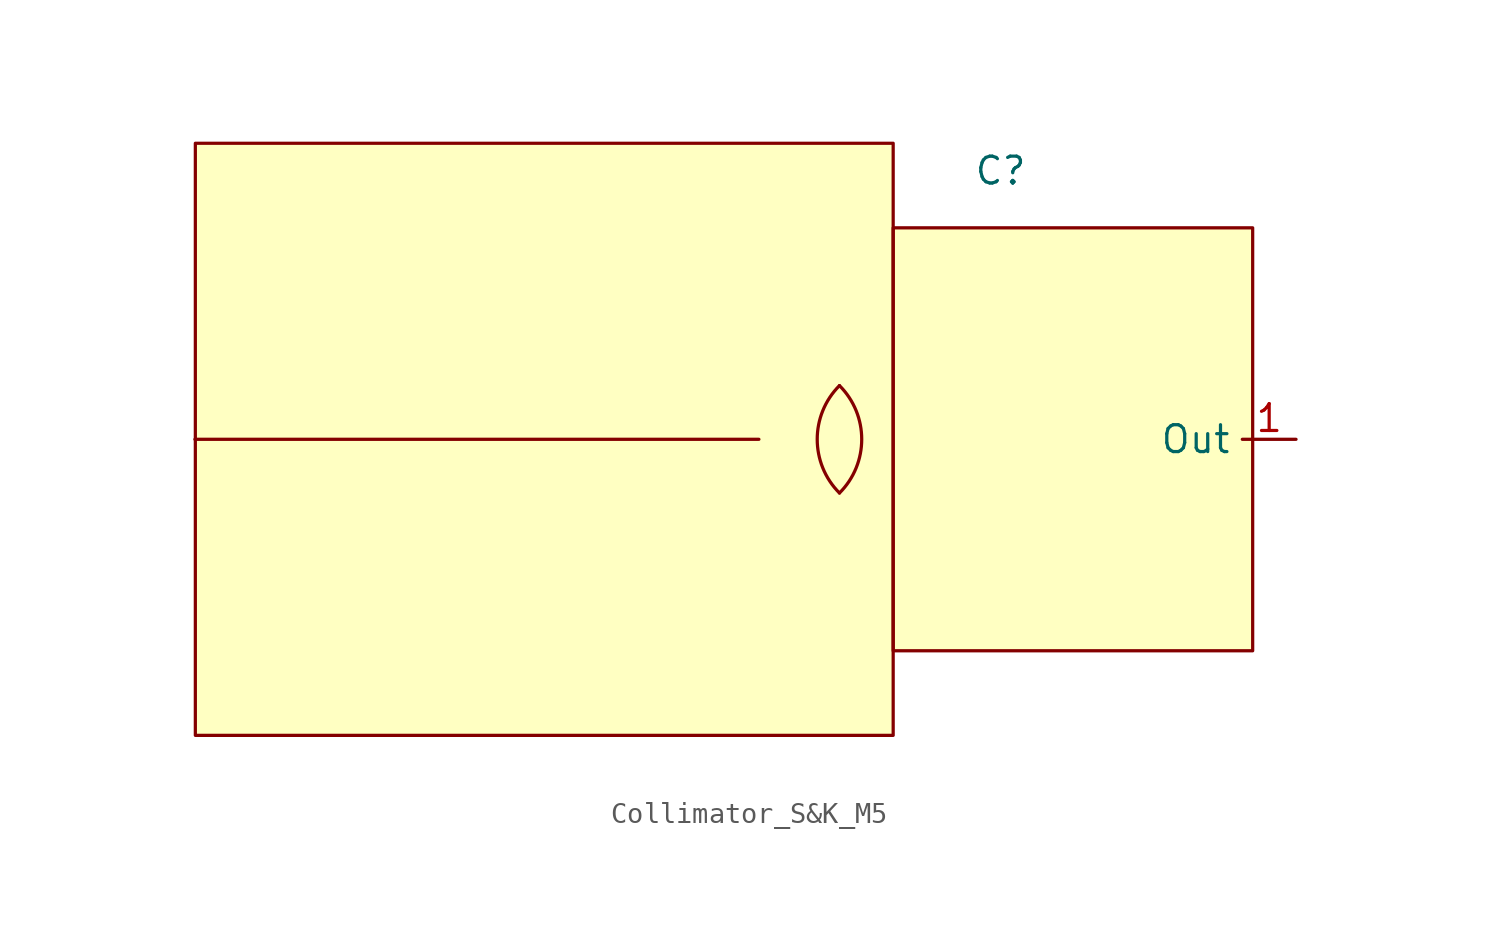
<source format=kicad_sym>
(kicad_symbol_lib
  (version 20241209)
  (generator "kicad_symbol_editor")
  (generator_version "9.0")
  (symbol "Collimator_S&K_M5"
    (property "Reference" "C"
      (at 5.08 12.7 0)
      (effects (font (size 1.27 1.27))))
    (property "Value" ""
      (at 0 0 0)
      (effects (font (size 1.27 1.27))))
    (symbol "Collimator_S&K_M5_1_1"
      (polyline (pts (xy -33.02 0) (xy -6.35 0)) (stroke (width 0) (type default)) (fill (type none)))
      (rectangle (start -33 14) (end 0 -14) (stroke (width 0) (type default)) (fill (type background)))
      (arc (start -2.54 2.54) (mid -1.4879 0) (end -2.54 -2.54) (stroke (width 0) (type default)) (fill (type none)))
      (rectangle (start 0 10) (end 17 -10) (stroke (width 0) (type default)) (fill (type background)))
      (arc (start -2.54 -2.54) (mid -3.5921 0) (end -2.54 2.54) (stroke (width 0) (type default)) (fill (type none)))
      (pin passive line (at 19.05 0 180) (length 2.54) (name "Out" (effects (font (size 1.27 1.27)))) (number "1" (effects (font (size 1.27 1.27))))))))
</source>
